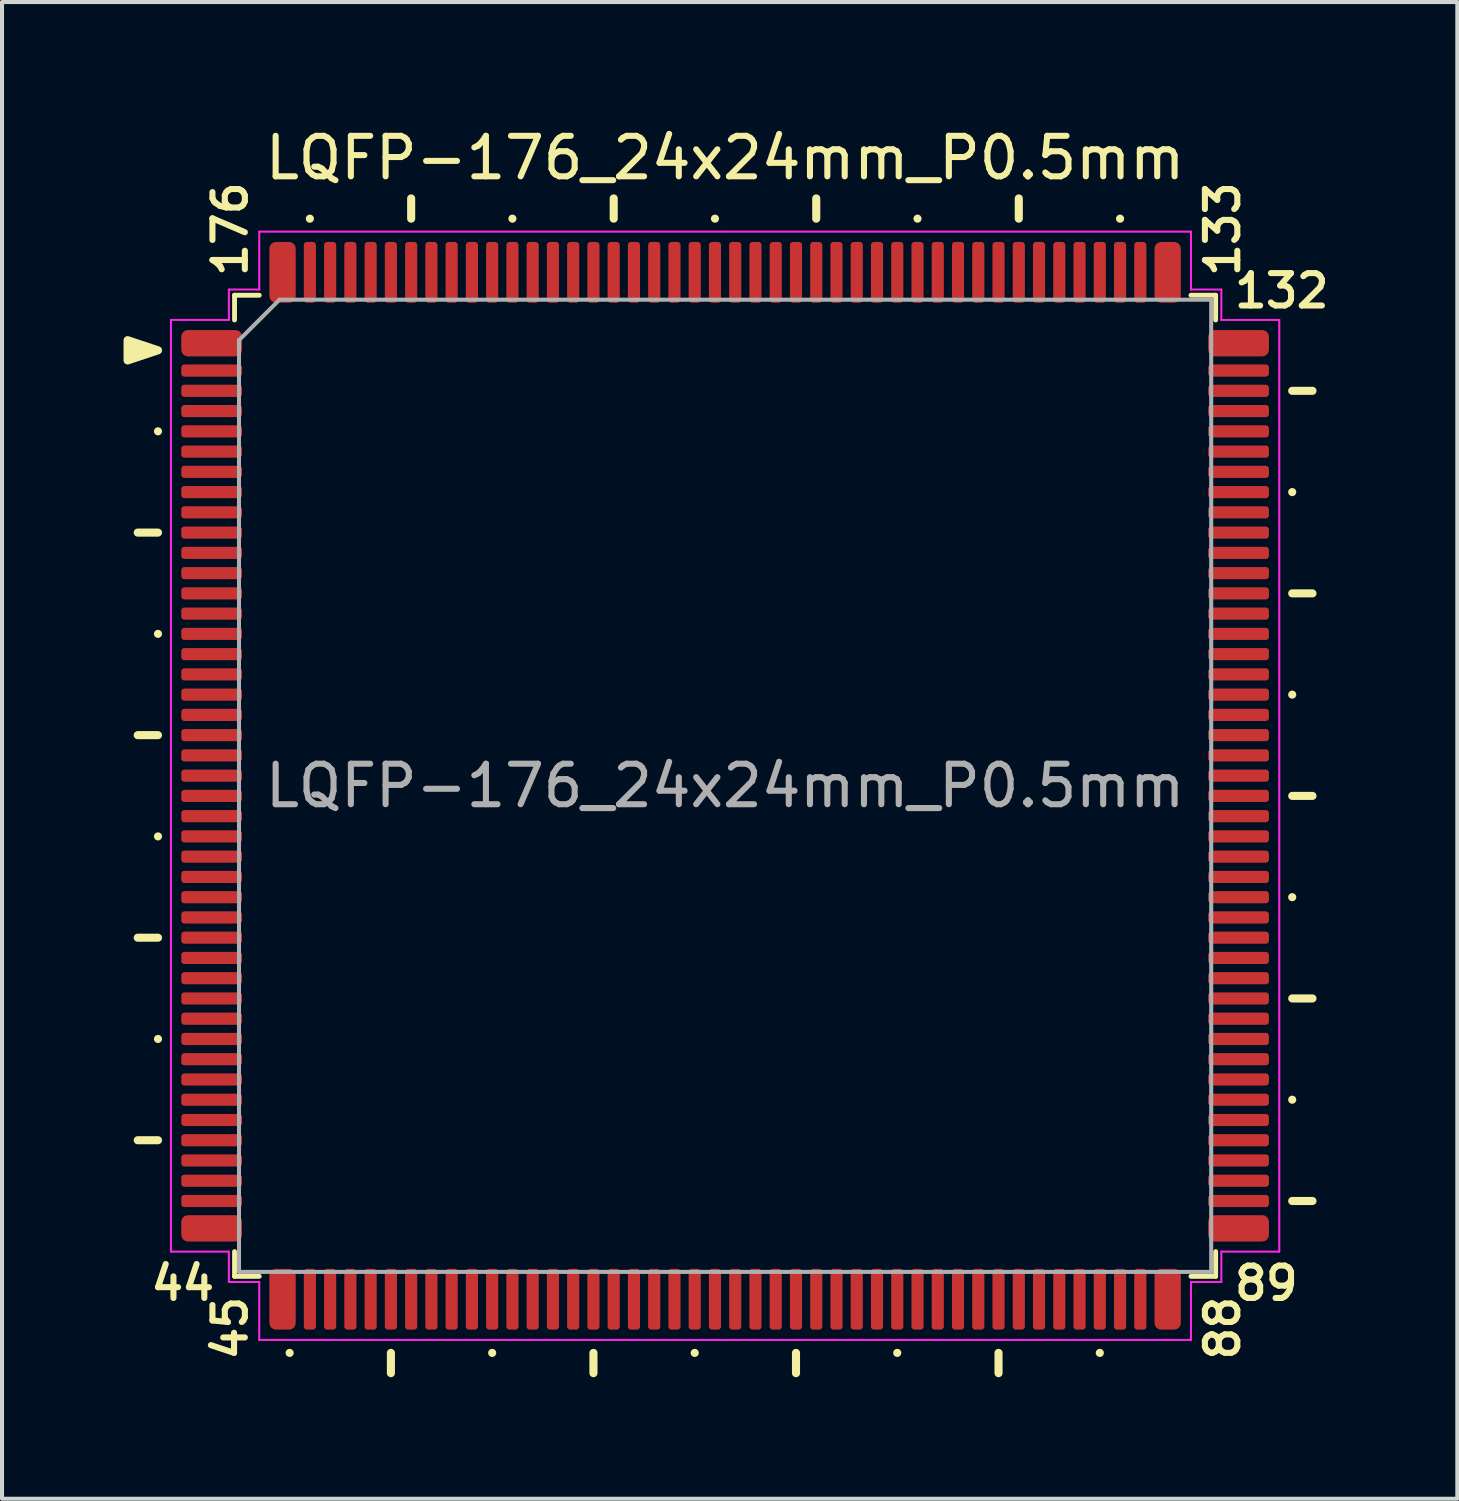
<source format=kicad_pcb>
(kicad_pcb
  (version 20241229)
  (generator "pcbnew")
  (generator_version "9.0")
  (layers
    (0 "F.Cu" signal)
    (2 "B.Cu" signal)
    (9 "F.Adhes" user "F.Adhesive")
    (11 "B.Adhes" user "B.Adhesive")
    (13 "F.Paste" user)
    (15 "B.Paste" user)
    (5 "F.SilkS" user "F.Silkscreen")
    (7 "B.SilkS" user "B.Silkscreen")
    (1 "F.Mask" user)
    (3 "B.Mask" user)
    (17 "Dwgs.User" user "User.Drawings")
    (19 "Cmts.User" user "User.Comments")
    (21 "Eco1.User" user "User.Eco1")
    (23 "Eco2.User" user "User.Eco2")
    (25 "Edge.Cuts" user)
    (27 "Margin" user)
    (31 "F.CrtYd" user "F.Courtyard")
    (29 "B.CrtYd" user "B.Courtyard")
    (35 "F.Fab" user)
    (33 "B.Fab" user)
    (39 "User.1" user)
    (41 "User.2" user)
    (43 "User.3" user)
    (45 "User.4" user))
  (footprint "LQFP-176_24x24mm_P0.5mm"
    (layer "F.Cu")
    (at 14.85 16.348)
    (property "Reference" "LQFP-176_24x24mm_P0.5mm" (at 0 -15.5 0) (layer "F.SilkS") (effects (font (size 1 1) (thickness 0.15))))
    (attr smd)
    (fp_line (start -14 -8.75) (end -14 -8.75) (stroke (width 0.2) (type default)) (layer "F.SilkS"))
    (fp_line (start -14 -6.25) (end -14.5 -6.25) (stroke (width 0.2) (type default)) (layer "F.SilkS"))
    (fp_line (start -14 -3.75) (end -14 -3.75) (stroke (width 0.2) (type default)) (layer "F.SilkS"))
    (fp_line (start -14 -1.25) (end -14.5 -1.25) (stroke (width 0.2) (type default)) (layer "F.SilkS"))
    (fp_line (start -14 1.25) (end -14 1.25) (stroke (width 0.2) (type default)) (layer "F.SilkS"))
    (fp_line (start -14 3.75) (end -14.5 3.75) (stroke (width 0.2) (type default)) (layer "F.SilkS"))
    (fp_line (start -14 6.25) (end -14 6.25) (stroke (width 0.2) (type default)) (layer "F.SilkS"))
    (fp_line (start -14 8.75) (end -14.5 8.75) (stroke (width 0.2) (type default)) (layer "F.SilkS"))
    (fp_line (start -12.11 -12.11) (end -12.11 -11.5) (stroke (width 0.12) (type solid)) (layer "F.SilkS"))
    (fp_line (start -12.11 12.11) (end -12.11 11.5) (stroke (width 0.12) (type solid)) (layer "F.SilkS"))
    (fp_line (start -11.5 -12.11) (end -12.11 -12.11) (stroke (width 0.12) (type solid)) (layer "F.SilkS"))
    (fp_line (start -11.5 12.11) (end -12.11 12.11) (stroke (width 0.12) (type solid)) (layer "F.SilkS"))
    (fp_line (start -10.75 14) (end -10.75 14) (stroke (width 0.2) (type default)) (layer "F.SilkS"))
    (fp_line (start -10.25 -14) (end -10.25 -14) (stroke (width 0.2) (type default)) (layer "F.SilkS"))
    (fp_line (start -8.25 14) (end -8.25 14.5) (stroke (width 0.2) (type default)) (layer "F.SilkS"))
    (fp_line (start -7.75 -14) (end -7.75 -14.5) (stroke (width 0.2) (type default)) (layer "F.SilkS"))
    (fp_line (start -5.75 14) (end -5.75 14) (stroke (width 0.2) (type default)) (layer "F.SilkS"))
    (fp_line (start -5.25 -14) (end -5.25 -14) (stroke (width 0.2) (type default)) (layer "F.SilkS"))
    (fp_line (start -3.25 14) (end -3.25 14.5) (stroke (width 0.2) (type default)) (layer "F.SilkS"))
    (fp_line (start -2.75 -14) (end -2.75 -14.5) (stroke (width 0.2) (type default)) (layer "F.SilkS"))
    (fp_line (start -0.75 14) (end -0.75 14) (stroke (width 0.2) (type default)) (layer "F.SilkS"))
    (fp_line (start -0.25 -14) (end -0.25 -14) (stroke (width 0.2) (type default)) (layer "F.SilkS"))
    (fp_line (start 1.75 14) (end 1.75 14.5) (stroke (width 0.2) (type default)) (layer "F.SilkS"))
    (fp_line (start 2.25 -14) (end 2.25 -14.5) (stroke (width 0.2) (type default)) (layer "F.SilkS"))
    (fp_line (start 4.25 14) (end 4.25 14) (stroke (width 0.2) (type default)) (layer "F.SilkS"))
    (fp_line (start 4.75 -14) (end 4.75 -14) (stroke (width 0.2) (type default)) (layer "F.SilkS"))
    (fp_line (start 6.75 14) (end 6.75 14.5) (stroke (width 0.2) (type default)) (layer "F.SilkS"))
    (fp_line (start 7.25 -14) (end 7.25 -14.5) (stroke (width 0.2) (type default)) (layer "F.SilkS"))
    (fp_line (start 9.25 14) (end 9.25 14) (stroke (width 0.2) (type default)) (layer "F.SilkS"))
    (fp_line (start 9.75 -14) (end 9.75 -14) (stroke (width 0.2) (type default)) (layer "F.SilkS"))
    (fp_line (start 11.5 -12.11) (end 12.11 -12.11) (stroke (width 0.12) (type solid)) (layer "F.SilkS"))
    (fp_line (start 11.5 12.11) (end 12.11 12.11) (stroke (width 0.12) (type solid)) (layer "F.SilkS"))
    (fp_line (start 12.11 -12.11) (end 12.11 -11.5) (stroke (width 0.12) (type solid)) (layer "F.SilkS"))
    (fp_line (start 12.11 12.11) (end 12.11 11.5) (stroke (width 0.12) (type solid)) (layer "F.SilkS"))
    (fp_line (start 14 -9.75) (end 14.5 -9.75) (stroke (width 0.2) (type default)) (layer "F.SilkS"))
    (fp_line (start 14 -7.25) (end 14 -7.25) (stroke (width 0.2) (type default)) (layer "F.SilkS"))
    (fp_line (start 14 -4.75) (end 14.5 -4.75) (stroke (width 0.2) (type default)) (layer "F.SilkS"))
    (fp_line (start 14 -2.25) (end 14 -2.25) (stroke (width 0.2) (type default)) (layer "F.SilkS"))
    (fp_line (start 14 0.25) (end 14.5 0.25) (stroke (width 0.2) (type default)) (layer "F.SilkS"))
    (fp_line (start 14 2.75) (end 14 2.75) (stroke (width 0.2) (type default)) (layer "F.SilkS"))
    (fp_line (start 14 5.25) (end 14.5 5.25) (stroke (width 0.2) (type default)) (layer "F.SilkS"))
    (fp_line (start 14 7.75) (end 14 7.75) (stroke (width 0.2) (type default)) (layer "F.SilkS"))
    (fp_line (start 14 10.25) (end 14.5 10.25) (stroke (width 0.2) (type default)) (layer "F.SilkS"))
    (fp_poly (pts (xy -14 -10.75) (xy -14.75 -11) (xy -14.75 -10.5)) (stroke (width 0.2) (type solid)) (fill yes) (layer "F.SilkS"))
    (fp_line (start -13.68 -11.5) (end -13.68 0) (stroke (width 0.05) (type solid)) (layer "F.CrtYd"))
    (fp_line (start -13.68 11.5) (end -13.68 0) (stroke (width 0.05) (type solid)) (layer "F.CrtYd"))
    (fp_line (start -12.25 -12.25) (end -12.25 -11.5) (stroke (width 0.05) (type solid)) (layer "F.CrtYd"))
    (fp_line (start -12.25 -11.5) (end -13.68 -11.5) (stroke (width 0.05) (type solid)) (layer "F.CrtYd"))
    (fp_line (start -12.25 11.5) (end -13.68 11.5) (stroke (width 0.05) (type solid)) (layer "F.CrtYd"))
    (fp_line (start -12.25 12.25) (end -12.25 11.5) (stroke (width 0.05) (type solid)) (layer "F.CrtYd"))
    (fp_line (start -11.5 -13.68) (end -11.5 -12.25) (stroke (width 0.05) (type solid)) (layer "F.CrtYd"))
    (fp_line (start -11.5 -12.25) (end -12.25 -12.25) (stroke (width 0.05) (type solid)) (layer "F.CrtYd"))
    (fp_line (start -11.5 12.25) (end -12.25 12.25) (stroke (width 0.05) (type solid)) (layer "F.CrtYd"))
    (fp_line (start -11.5 13.68) (end -11.5 12.25) (stroke (width 0.05) (type solid)) (layer "F.CrtYd"))
    (fp_line (start 0 -13.68) (end -11.5 -13.68) (stroke (width 0.05) (type solid)) (layer "F.CrtYd"))
    (fp_line (start 0 -13.68) (end 11.5 -13.68) (stroke (width 0.05) (type solid)) (layer "F.CrtYd"))
    (fp_line (start 0 13.68) (end -11.5 13.68) (stroke (width 0.05) (type solid)) (layer "F.CrtYd"))
    (fp_line (start 0 13.68) (end 11.5 13.68) (stroke (width 0.05) (type solid)) (layer "F.CrtYd"))
    (fp_line (start 11.5 -13.68) (end 11.5 -12.25) (stroke (width 0.05) (type solid)) (layer "F.CrtYd"))
    (fp_line (start 11.5 -12.25) (end 12.25 -12.25) (stroke (width 0.05) (type solid)) (layer "F.CrtYd"))
    (fp_line (start 11.5 12.25) (end 12.25 12.25) (stroke (width 0.05) (type solid)) (layer "F.CrtYd"))
    (fp_line (start 11.5 13.68) (end 11.5 12.25) (stroke (width 0.05) (type solid)) (layer "F.CrtYd"))
    (fp_line (start 12.25 -12.25) (end 12.25 -11.5) (stroke (width 0.05) (type solid)) (layer "F.CrtYd"))
    (fp_line (start 12.25 -11.5) (end 13.68 -11.5) (stroke (width 0.05) (type solid)) (layer "F.CrtYd"))
    (fp_line (start 12.25 11.5) (end 13.68 11.5) (stroke (width 0.05) (type solid)) (layer "F.CrtYd"))
    (fp_line (start 12.25 12.25) (end 12.25 11.5) (stroke (width 0.05) (type solid)) (layer "F.CrtYd"))
    (fp_line (start 13.68 -11.5) (end 13.68 0) (stroke (width 0.05) (type solid)) (layer "F.CrtYd"))
    (fp_line (start 13.68 11.5) (end 13.68 0) (stroke (width 0.05) (type solid)) (layer "F.CrtYd"))
    (fp_line (start -12 -11) (end -11 -12) (stroke (width 0.1) (type solid)) (layer "F.Fab"))
    (fp_line (start -12 12) (end -12 -11) (stroke (width 0.1) (type solid)) (layer "F.Fab"))
    (fp_line (start -11 -12) (end 12 -12) (stroke (width 0.1) (type solid)) (layer "F.Fab"))
    (fp_line (start 12 -12) (end 12 12) (stroke (width 0.1) (type solid)) (layer "F.Fab"))
    (fp_line (start 12 12) (end -12 12) (stroke (width 0.1) (type solid)) (layer "F.Fab"))
    (fp_text user "132" (at 12.5 -11.75 0) (unlocked yes) (layer "F.SilkS") (effects (font (size 0.8 0.8) (thickness 0.15) (bold yes)) (justify left bottom)))
    (fp_text user "176" (at -11.75 -12.5 90) (unlocked yes) (layer "F.SilkS") (effects (font (size 0.8 0.8) (thickness 0.15) (bold yes)) (justify left bottom)))
    (fp_text user "88" (at 12.75 14.25 90) (unlocked yes) (layer "F.SilkS") (effects (font (size 0.8 0.8) (thickness 0.15) (bold yes)) (justify left bottom)))
    (fp_text user "44" (at -14.25 12.75 0) (unlocked yes) (layer "F.SilkS") (effects (font (size 0.8 0.8) (thickness 0.15) (bold yes)) (justify left bottom)))
    (fp_text user "45" (at -11.75 14.25 90) (unlocked yes) (layer "F.SilkS") (effects (font (size 0.8 0.8) (thickness 0.15) (bold yes)) (justify left bottom)))
    (fp_text user "133" (at 12.75 -12.5 90) (unlocked yes) (layer "F.SilkS") (effects (font (size 0.8 0.8) (thickness 0.15) (bold yes)) (justify left bottom)))
    (fp_text user "89" (at 12.5 12.75 0) (unlocked yes) (layer "F.SilkS") (effects (font (size 0.8 0.8) (thickness 0.15) (bold yes)) (justify left bottom)))
    (fp_text user "${REFERENCE}" (at 0 0 0) (layer "F.Fab") (effects (font (size 1 1) (thickness 0.15))))
    (pad "1" smd roundrect (at -12.675 -10.925) (size 1.5 0.65) (layers "F.Cu" "F.Mask" "F.Paste") (roundrect_rratio 0.25))
    (pad "2" smd roundrect (at -12.675 -10.25) (size 1.5 0.3) (layers "F.Cu" "F.Mask" "F.Paste") (roundrect_rratio 0.25))
    (pad "3" smd roundrect (at -12.675 -9.75) (size 1.5 0.3) (layers "F.Cu" "F.Mask" "F.Paste") (roundrect_rratio 0.25))
    (pad "4" smd roundrect (at -12.675 -9.25) (size 1.5 0.3) (layers "F.Cu" "F.Mask" "F.Paste") (roundrect_rratio 0.25))
    (pad "5" smd roundrect (at -12.675 -8.75) (size 1.5 0.3) (layers "F.Cu" "F.Mask" "F.Paste") (roundrect_rratio 0.25))
    (pad "6" smd roundrect (at -12.675 -8.25) (size 1.5 0.3) (layers "F.Cu" "F.Mask" "F.Paste") (roundrect_rratio 0.25))
    (pad "7" smd roundrect (at -12.675 -7.75) (size 1.5 0.3) (layers "F.Cu" "F.Mask" "F.Paste") (roundrect_rratio 0.25))
    (pad "8" smd roundrect (at -12.675 -7.25) (size 1.5 0.3) (layers "F.Cu" "F.Mask" "F.Paste") (roundrect_rratio 0.25))
    (pad "9" smd roundrect (at -12.675 -6.75) (size 1.5 0.3) (layers "F.Cu" "F.Mask" "F.Paste") (roundrect_rratio 0.25))
    (pad "10" smd roundrect (at -12.675 -6.25) (size 1.5 0.3) (layers "F.Cu" "F.Mask" "F.Paste") (roundrect_rratio 0.25))
    (pad "11" smd roundrect (at -12.675 -5.75) (size 1.5 0.3) (layers "F.Cu" "F.Mask" "F.Paste") (roundrect_rratio 0.25))
    (pad "12" smd roundrect (at -12.675 -5.25) (size 1.5 0.3) (layers "F.Cu" "F.Mask" "F.Paste") (roundrect_rratio 0.25))
    (pad "13" smd roundrect (at -12.675 -4.75) (size 1.5 0.3) (layers "F.Cu" "F.Mask" "F.Paste") (roundrect_rratio 0.25))
    (pad "14" smd roundrect (at -12.675 -4.25) (size 1.5 0.3) (layers "F.Cu" "F.Mask" "F.Paste") (roundrect_rratio 0.25))
    (pad "15" smd roundrect (at -12.675 -3.75) (size 1.5 0.3) (layers "F.Cu" "F.Mask" "F.Paste") (roundrect_rratio 0.25))
    (pad "16" smd roundrect (at -12.675 -3.25) (size 1.5 0.3) (layers "F.Cu" "F.Mask" "F.Paste") (roundrect_rratio 0.25))
    (pad "17" smd roundrect (at -12.675 -2.75) (size 1.5 0.3) (layers "F.Cu" "F.Mask" "F.Paste") (roundrect_rratio 0.25))
    (pad "18" smd roundrect (at -12.675 -2.25) (size 1.5 0.3) (layers "F.Cu" "F.Mask" "F.Paste") (roundrect_rratio 0.25))
    (pad "19" smd roundrect (at -12.675 -1.75) (size 1.5 0.3) (layers "F.Cu" "F.Mask" "F.Paste") (roundrect_rratio 0.25))
    (pad "20" smd roundrect (at -12.675 -1.25) (size 1.5 0.3) (layers "F.Cu" "F.Mask" "F.Paste") (roundrect_rratio 0.25))
    (pad "21" smd roundrect (at -12.675 -0.75) (size 1.5 0.3) (layers "F.Cu" "F.Mask" "F.Paste") (roundrect_rratio 0.25))
    (pad "22" smd roundrect (at -12.675 -0.25) (size 1.5 0.3) (layers "F.Cu" "F.Mask" "F.Paste") (roundrect_rratio 0.25))
    (pad "23" smd roundrect (at -12.675 0.25) (size 1.5 0.3) (layers "F.Cu" "F.Mask" "F.Paste") (roundrect_rratio 0.25))
    (pad "24" smd roundrect (at -12.675 0.75) (size 1.5 0.3) (layers "F.Cu" "F.Mask" "F.Paste") (roundrect_rratio 0.25))
    (pad "25" smd roundrect (at -12.675 1.25) (size 1.5 0.3) (layers "F.Cu" "F.Mask" "F.Paste") (roundrect_rratio 0.25))
    (pad "26" smd roundrect (at -12.675 1.75) (size 1.5 0.3) (layers "F.Cu" "F.Mask" "F.Paste") (roundrect_rratio 0.25))
    (pad "27" smd roundrect (at -12.675 2.25) (size 1.5 0.3) (layers "F.Cu" "F.Mask" "F.Paste") (roundrect_rratio 0.25))
    (pad "28" smd roundrect (at -12.675 2.75) (size 1.5 0.3) (layers "F.Cu" "F.Mask" "F.Paste") (roundrect_rratio 0.25))
    (pad "29" smd roundrect (at -12.675 3.25) (size 1.5 0.3) (layers "F.Cu" "F.Mask" "F.Paste") (roundrect_rratio 0.25))
    (pad "30" smd roundrect (at -12.675 3.75) (size 1.5 0.3) (layers "F.Cu" "F.Mask" "F.Paste") (roundrect_rratio 0.25))
    (pad "31" smd roundrect (at -12.675 4.25) (size 1.5 0.3) (layers "F.Cu" "F.Mask" "F.Paste") (roundrect_rratio 0.25))
    (pad "32" smd roundrect (at -12.675 4.75) (size 1.5 0.3) (layers "F.Cu" "F.Mask" "F.Paste") (roundrect_rratio 0.25))
    (pad "33" smd roundrect (at -12.675 5.25) (size 1.5 0.3) (layers "F.Cu" "F.Mask" "F.Paste") (roundrect_rratio 0.25))
    (pad "34" smd roundrect (at -12.675 5.75) (size 1.5 0.3) (layers "F.Cu" "F.Mask" "F.Paste") (roundrect_rratio 0.25))
    (pad "35" smd roundrect (at -12.675 6.25) (size 1.5 0.3) (layers "F.Cu" "F.Mask" "F.Paste") (roundrect_rratio 0.25))
    (pad "36" smd roundrect (at -12.675 6.75) (size 1.5 0.3) (layers "F.Cu" "F.Mask" "F.Paste") (roundrect_rratio 0.25))
    (pad "37" smd roundrect (at -12.675 7.25) (size 1.5 0.3) (layers "F.Cu" "F.Mask" "F.Paste") (roundrect_rratio 0.25))
    (pad "38" smd roundrect (at -12.675 7.75) (size 1.5 0.3) (layers "F.Cu" "F.Mask" "F.Paste") (roundrect_rratio 0.25))
    (pad "39" smd roundrect (at -12.675 8.25) (size 1.5 0.3) (layers "F.Cu" "F.Mask" "F.Paste") (roundrect_rratio 0.25))
    (pad "40" smd roundrect (at -12.675 8.75) (size 1.5 0.3) (layers "F.Cu" "F.Mask" "F.Paste") (roundrect_rratio 0.25))
    (pad "41" smd roundrect (at -12.675 9.25) (size 1.5 0.3) (layers "F.Cu" "F.Mask" "F.Paste") (roundrect_rratio 0.25))
    (pad "42" smd roundrect (at -12.675 9.75) (size 1.5 0.3) (layers "F.Cu" "F.Mask" "F.Paste") (roundrect_rratio 0.25))
    (pad "43" smd roundrect (at -12.675 10.25) (size 1.5 0.3) (layers "F.Cu" "F.Mask" "F.Paste") (roundrect_rratio 0.25))
    (pad "44" smd roundrect (at -12.675 10.925) (size 1.5 0.65) (layers "F.Cu" "F.Mask" "F.Paste") (roundrect_rratio 0.25))
    (pad "45" smd roundrect (at -10.925 12.675) (size 0.65 1.5) (layers "F.Cu" "F.Mask" "F.Paste") (roundrect_rratio 0.25))
    (pad "46" smd roundrect (at -10.25 12.675) (size 0.3 1.5) (layers "F.Cu" "F.Mask" "F.Paste") (roundrect_rratio 0.25))
    (pad "47" smd roundrect (at -9.75 12.675) (size 0.3 1.5) (layers "F.Cu" "F.Mask" "F.Paste") (roundrect_rratio 0.25))
    (pad "48" smd roundrect (at -9.25 12.675) (size 0.3 1.5) (layers "F.Cu" "F.Mask" "F.Paste") (roundrect_rratio 0.25))
    (pad "49" smd roundrect (at -8.75 12.675) (size 0.3 1.5) (layers "F.Cu" "F.Mask" "F.Paste") (roundrect_rratio 0.25))
    (pad "50" smd roundrect (at -8.25 12.675) (size 0.3 1.5) (layers "F.Cu" "F.Mask" "F.Paste") (roundrect_rratio 0.25))
    (pad "51" smd roundrect (at -7.75 12.675) (size 0.3 1.5) (layers "F.Cu" "F.Mask" "F.Paste") (roundrect_rratio 0.25))
    (pad "52" smd roundrect (at -7.25 12.675) (size 0.3 1.5) (layers "F.Cu" "F.Mask" "F.Paste") (roundrect_rratio 0.25))
    (pad "53" smd roundrect (at -6.75 12.675) (size 0.3 1.5) (layers "F.Cu" "F.Mask" "F.Paste") (roundrect_rratio 0.25))
    (pad "54" smd roundrect (at -6.25 12.675) (size 0.3 1.5) (layers "F.Cu" "F.Mask" "F.Paste") (roundrect_rratio 0.25))
    (pad "55" smd roundrect (at -5.75 12.675) (size 0.3 1.5) (layers "F.Cu" "F.Mask" "F.Paste") (roundrect_rratio 0.25))
    (pad "56" smd roundrect (at -5.25 12.675) (size 0.3 1.5) (layers "F.Cu" "F.Mask" "F.Paste") (roundrect_rratio 0.25))
    (pad "57" smd roundrect (at -4.75 12.675) (size 0.3 1.5) (layers "F.Cu" "F.Mask" "F.Paste") (roundrect_rratio 0.25))
    (pad "58" smd roundrect (at -4.25 12.675) (size 0.3 1.5) (layers "F.Cu" "F.Mask" "F.Paste") (roundrect_rratio 0.25))
    (pad "59" smd roundrect (at -3.75 12.675) (size 0.3 1.5) (layers "F.Cu" "F.Mask" "F.Paste") (roundrect_rratio 0.25))
    (pad "60" smd roundrect (at -3.25 12.675) (size 0.3 1.5) (layers "F.Cu" "F.Mask" "F.Paste") (roundrect_rratio 0.25))
    (pad "61" smd roundrect (at -2.75 12.675) (size 0.3 1.5) (layers "F.Cu" "F.Mask" "F.Paste") (roundrect_rratio 0.25))
    (pad "62" smd roundrect (at -2.25 12.675) (size 0.3 1.5) (layers "F.Cu" "F.Mask" "F.Paste") (roundrect_rratio 0.25))
    (pad "63" smd roundrect (at -1.75 12.675) (size 0.3 1.5) (layers "F.Cu" "F.Mask" "F.Paste") (roundrect_rratio 0.25))
    (pad "64" smd roundrect (at -1.25 12.675) (size 0.3 1.5) (layers "F.Cu" "F.Mask" "F.Paste") (roundrect_rratio 0.25))
    (pad "65" smd roundrect (at -0.75 12.675) (size 0.3 1.5) (layers "F.Cu" "F.Mask" "F.Paste") (roundrect_rratio 0.25))
    (pad "66" smd roundrect (at -0.25 12.675) (size 0.3 1.5) (layers "F.Cu" "F.Mask" "F.Paste") (roundrect_rratio 0.25))
    (pad "67" smd roundrect (at 0.25 12.675) (size 0.3 1.5) (layers "F.Cu" "F.Mask" "F.Paste") (roundrect_rratio 0.25))
    (pad "68" smd roundrect (at 0.75 12.675) (size 0.3 1.5) (layers "F.Cu" "F.Mask" "F.Paste") (roundrect_rratio 0.25))
    (pad "69" smd roundrect (at 1.25 12.675) (size 0.3 1.5) (layers "F.Cu" "F.Mask" "F.Paste") (roundrect_rratio 0.25))
    (pad "70" smd roundrect (at 1.75 12.675) (size 0.3 1.5) (layers "F.Cu" "F.Mask" "F.Paste") (roundrect_rratio 0.25))
    (pad "71" smd roundrect (at 2.25 12.675) (size 0.3 1.5) (layers "F.Cu" "F.Mask" "F.Paste") (roundrect_rratio 0.25))
    (pad "72" smd roundrect (at 2.75 12.675) (size 0.3 1.5) (layers "F.Cu" "F.Mask" "F.Paste") (roundrect_rratio 0.25))
    (pad "73" smd roundrect (at 3.25 12.675) (size 0.3 1.5) (layers "F.Cu" "F.Mask" "F.Paste") (roundrect_rratio 0.25))
    (pad "74" smd roundrect (at 3.75 12.675) (size 0.3 1.5) (layers "F.Cu" "F.Mask" "F.Paste") (roundrect_rratio 0.25))
    (pad "75" smd roundrect (at 4.25 12.675) (size 0.3 1.5) (layers "F.Cu" "F.Mask" "F.Paste") (roundrect_rratio 0.25))
    (pad "76" smd roundrect (at 4.75 12.675) (size 0.3 1.5) (layers "F.Cu" "F.Mask" "F.Paste") (roundrect_rratio 0.25))
    (pad "77" smd roundrect (at 5.25 12.675) (size 0.3 1.5) (layers "F.Cu" "F.Mask" "F.Paste") (roundrect_rratio 0.25))
    (pad "78" smd roundrect (at 5.75 12.675) (size 0.3 1.5) (layers "F.Cu" "F.Mask" "F.Paste") (roundrect_rratio 0.25))
    (pad "79" smd roundrect (at 6.25 12.675) (size 0.3 1.5) (layers "F.Cu" "F.Mask" "F.Paste") (roundrect_rratio 0.25))
    (pad "80" smd roundrect (at 6.75 12.675) (size 0.3 1.5) (layers "F.Cu" "F.Mask" "F.Paste") (roundrect_rratio 0.25))
    (pad "81" smd roundrect (at 7.25 12.675) (size 0.3 1.5) (layers "F.Cu" "F.Mask" "F.Paste") (roundrect_rratio 0.25))
    (pad "82" smd roundrect (at 7.75 12.675) (size 0.3 1.5) (layers "F.Cu" "F.Mask" "F.Paste") (roundrect_rratio 0.25))
    (pad "83" smd roundrect (at 8.25 12.675) (size 0.3 1.5) (layers "F.Cu" "F.Mask" "F.Paste") (roundrect_rratio 0.25))
    (pad "84" smd roundrect (at 8.75 12.675) (size 0.3 1.5) (layers "F.Cu" "F.Mask" "F.Paste") (roundrect_rratio 0.25))
    (pad "85" smd roundrect (at 9.25 12.675) (size 0.3 1.5) (layers "F.Cu" "F.Mask" "F.Paste") (roundrect_rratio 0.25))
    (pad "86" smd roundrect (at 9.75 12.675) (size 0.3 1.5) (layers "F.Cu" "F.Mask" "F.Paste") (roundrect_rratio 0.25))
    (pad "87" smd roundrect (at 10.25 12.675) (size 0.3 1.5) (layers "F.Cu" "F.Mask" "F.Paste") (roundrect_rratio 0.25))
    (pad "88" smd roundrect (at 10.925 12.675) (size 0.65 1.5) (layers "F.Cu" "F.Mask" "F.Paste") (roundrect_rratio 0.25))
    (pad "89" smd roundrect (at 12.675 10.925) (size 1.5 0.65) (layers "F.Cu" "F.Mask" "F.Paste") (roundrect_rratio 0.25))
    (pad "90" smd roundrect (at 12.675 10.25) (size 1.5 0.3) (layers "F.Cu" "F.Mask" "F.Paste") (roundrect_rratio 0.25))
    (pad "91" smd roundrect (at 12.675 9.75) (size 1.5 0.3) (layers "F.Cu" "F.Mask" "F.Paste") (roundrect_rratio 0.25))
    (pad "92" smd roundrect (at 12.675 9.25) (size 1.5 0.3) (layers "F.Cu" "F.Mask" "F.Paste") (roundrect_rratio 0.25))
    (pad "93" smd roundrect (at 12.675 8.75) (size 1.5 0.3) (layers "F.Cu" "F.Mask" "F.Paste") (roundrect_rratio 0.25))
    (pad "94" smd roundrect (at 12.675 8.25) (size 1.5 0.3) (layers "F.Cu" "F.Mask" "F.Paste") (roundrect_rratio 0.25))
    (pad "95" smd roundrect (at 12.675 7.75) (size 1.5 0.3) (layers "F.Cu" "F.Mask" "F.Paste") (roundrect_rratio 0.25))
    (pad "96" smd roundrect (at 12.675 7.25) (size 1.5 0.3) (layers "F.Cu" "F.Mask" "F.Paste") (roundrect_rratio 0.25))
    (pad "97" smd roundrect (at 12.675 6.75) (size 1.5 0.3) (layers "F.Cu" "F.Mask" "F.Paste") (roundrect_rratio 0.25))
    (pad "98" smd roundrect (at 12.675 6.25) (size 1.5 0.3) (layers "F.Cu" "F.Mask" "F.Paste") (roundrect_rratio 0.25))
    (pad "99" smd roundrect (at 12.675 5.75) (size 1.5 0.3) (layers "F.Cu" "F.Mask" "F.Paste") (roundrect_rratio 0.25))
    (pad "100" smd roundrect (at 12.675 5.25) (size 1.5 0.3) (layers "F.Cu" "F.Mask" "F.Paste") (roundrect_rratio 0.25))
    (pad "101" smd roundrect (at 12.675 4.75) (size 1.5 0.3) (layers "F.Cu" "F.Mask" "F.Paste") (roundrect_rratio 0.25))
    (pad "102" smd roundrect (at 12.675 4.25) (size 1.5 0.3) (layers "F.Cu" "F.Mask" "F.Paste") (roundrect_rratio 0.25))
    (pad "103" smd roundrect (at 12.675 3.75) (size 1.5 0.3) (layers "F.Cu" "F.Mask" "F.Paste") (roundrect_rratio 0.25))
    (pad "104" smd roundrect (at 12.675 3.25) (size 1.5 0.3) (layers "F.Cu" "F.Mask" "F.Paste") (roundrect_rratio 0.25))
    (pad "105" smd roundrect (at 12.675 2.75) (size 1.5 0.3) (layers "F.Cu" "F.Mask" "F.Paste") (roundrect_rratio 0.25))
    (pad "106" smd roundrect (at 12.675 2.25) (size 1.5 0.3) (layers "F.Cu" "F.Mask" "F.Paste") (roundrect_rratio 0.25))
    (pad "107" smd roundrect (at 12.675 1.75) (size 1.5 0.3) (layers "F.Cu" "F.Mask" "F.Paste") (roundrect_rratio 0.25))
    (pad "108" smd roundrect (at 12.675 1.25) (size 1.5 0.3) (layers "F.Cu" "F.Mask" "F.Paste") (roundrect_rratio 0.25))
    (pad "109" smd roundrect (at 12.675 0.75) (size 1.5 0.3) (layers "F.Cu" "F.Mask" "F.Paste") (roundrect_rratio 0.25))
    (pad "110" smd roundrect (at 12.675 0.25) (size 1.5 0.3) (layers "F.Cu" "F.Mask" "F.Paste") (roundrect_rratio 0.25))
    (pad "111" smd roundrect (at 12.675 -0.25) (size 1.5 0.3) (layers "F.Cu" "F.Mask" "F.Paste") (roundrect_rratio 0.25))
    (pad "112" smd roundrect (at 12.675 -0.75) (size 1.5 0.3) (layers "F.Cu" "F.Mask" "F.Paste") (roundrect_rratio 0.25))
    (pad "113" smd roundrect (at 12.675 -1.25) (size 1.5 0.3) (layers "F.Cu" "F.Mask" "F.Paste") (roundrect_rratio 0.25))
    (pad "114" smd roundrect (at 12.675 -1.75) (size 1.5 0.3) (layers "F.Cu" "F.Mask" "F.Paste") (roundrect_rratio 0.25))
    (pad "115" smd roundrect (at 12.675 -2.25) (size 1.5 0.3) (layers "F.Cu" "F.Mask" "F.Paste") (roundrect_rratio 0.25))
    (pad "116" smd roundrect (at 12.675 -2.75) (size 1.5 0.3) (layers "F.Cu" "F.Mask" "F.Paste") (roundrect_rratio 0.25))
    (pad "117" smd roundrect (at 12.675 -3.25) (size 1.5 0.3) (layers "F.Cu" "F.Mask" "F.Paste") (roundrect_rratio 0.25))
    (pad "118" smd roundrect (at 12.675 -3.75) (size 1.5 0.3) (layers "F.Cu" "F.Mask" "F.Paste") (roundrect_rratio 0.25))
    (pad "119" smd roundrect (at 12.675 -4.25) (size 1.5 0.3) (layers "F.Cu" "F.Mask" "F.Paste") (roundrect_rratio 0.25))
    (pad "120" smd roundrect (at 12.675 -4.75) (size 1.5 0.3) (layers "F.Cu" "F.Mask" "F.Paste") (roundrect_rratio 0.25))
    (pad "121" smd roundrect (at 12.675 -5.25) (size 1.5 0.3) (layers "F.Cu" "F.Mask" "F.Paste") (roundrect_rratio 0.25))
    (pad "122" smd roundrect (at 12.675 -5.75) (size 1.5 0.3) (layers "F.Cu" "F.Mask" "F.Paste") (roundrect_rratio 0.25))
    (pad "123" smd roundrect (at 12.675 -6.25) (size 1.5 0.3) (layers "F.Cu" "F.Mask" "F.Paste") (roundrect_rratio 0.25))
    (pad "124" smd roundrect (at 12.675 -6.75) (size 1.5 0.3) (layers "F.Cu" "F.Mask" "F.Paste") (roundrect_rratio 0.25))
    (pad "125" smd roundrect (at 12.675 -7.25) (size 1.5 0.3) (layers "F.Cu" "F.Mask" "F.Paste") (roundrect_rratio 0.25))
    (pad "126" smd roundrect (at 12.675 -7.75) (size 1.5 0.3) (layers "F.Cu" "F.Mask" "F.Paste") (roundrect_rratio 0.25))
    (pad "127" smd roundrect (at 12.675 -8.25) (size 1.5 0.3) (layers "F.Cu" "F.Mask" "F.Paste") (roundrect_rratio 0.25))
    (pad "128" smd roundrect (at 12.675 -8.75) (size 1.5 0.3) (layers "F.Cu" "F.Mask" "F.Paste") (roundrect_rratio 0.25))
    (pad "129" smd roundrect (at 12.675 -9.25) (size 1.5 0.3) (layers "F.Cu" "F.Mask" "F.Paste") (roundrect_rratio 0.25))
    (pad "130" smd roundrect (at 12.675 -9.75) (size 1.5 0.3) (layers "F.Cu" "F.Mask" "F.Paste") (roundrect_rratio 0.25))
    (pad "131" smd roundrect (at 12.675 -10.25) (size 1.5 0.3) (layers "F.Cu" "F.Mask" "F.Paste") (roundrect_rratio 0.25))
    (pad "132" smd roundrect (at 12.675 -10.925) (size 1.5 0.65) (layers "F.Cu" "F.Mask" "F.Paste") (roundrect_rratio 0.25))
    (pad "133" smd roundrect (at 10.925 -12.675) (size 0.65 1.5) (layers "F.Cu" "F.Mask" "F.Paste") (roundrect_rratio 0.25))
    (pad "134" smd roundrect (at 10.25 -12.675) (size 0.3 1.5) (layers "F.Cu" "F.Mask" "F.Paste") (roundrect_rratio 0.25))
    (pad "135" smd roundrect (at 9.75 -12.675) (size 0.3 1.5) (layers "F.Cu" "F.Mask" "F.Paste") (roundrect_rratio 0.25))
    (pad "136" smd roundrect (at 9.25 -12.675) (size 0.3 1.5) (layers "F.Cu" "F.Mask" "F.Paste") (roundrect_rratio 0.25))
    (pad "137" smd roundrect (at 8.75 -12.675) (size 0.3 1.5) (layers "F.Cu" "F.Mask" "F.Paste") (roundrect_rratio 0.25))
    (pad "138" smd roundrect (at 8.25 -12.675) (size 0.3 1.5) (layers "F.Cu" "F.Mask" "F.Paste") (roundrect_rratio 0.25))
    (pad "139" smd roundrect (at 7.75 -12.675) (size 0.3 1.5) (layers "F.Cu" "F.Mask" "F.Paste") (roundrect_rratio 0.25))
    (pad "140" smd roundrect (at 7.25 -12.675) (size 0.3 1.5) (layers "F.Cu" "F.Mask" "F.Paste") (roundrect_rratio 0.25))
    (pad "141" smd roundrect (at 6.75 -12.675) (size 0.3 1.5) (layers "F.Cu" "F.Mask" "F.Paste") (roundrect_rratio 0.25))
    (pad "142" smd roundrect (at 6.25 -12.675) (size 0.3 1.5) (layers "F.Cu" "F.Mask" "F.Paste") (roundrect_rratio 0.25))
    (pad "143" smd roundrect (at 5.75 -12.675) (size 0.3 1.5) (layers "F.Cu" "F.Mask" "F.Paste") (roundrect_rratio 0.25))
    (pad "144" smd roundrect (at 5.25 -12.675) (size 0.3 1.5) (layers "F.Cu" "F.Mask" "F.Paste") (roundrect_rratio 0.25))
    (pad "145" smd roundrect (at 4.75 -12.675) (size 0.3 1.5) (layers "F.Cu" "F.Mask" "F.Paste") (roundrect_rratio 0.25))
    (pad "146" smd roundrect (at 4.25 -12.675) (size 0.3 1.5) (layers "F.Cu" "F.Mask" "F.Paste") (roundrect_rratio 0.25))
    (pad "147" smd roundrect (at 3.75 -12.675) (size 0.3 1.5) (layers "F.Cu" "F.Mask" "F.Paste") (roundrect_rratio 0.25))
    (pad "148" smd roundrect (at 3.25 -12.675) (size 0.3 1.5) (layers "F.Cu" "F.Mask" "F.Paste") (roundrect_rratio 0.25))
    (pad "149" smd roundrect (at 2.75 -12.675) (size 0.3 1.5) (layers "F.Cu" "F.Mask" "F.Paste") (roundrect_rratio 0.25))
    (pad "150" smd roundrect (at 2.25 -12.675) (size 0.3 1.5) (layers "F.Cu" "F.Mask" "F.Paste") (roundrect_rratio 0.25))
    (pad "151" smd roundrect (at 1.75 -12.675) (size 0.3 1.5) (layers "F.Cu" "F.Mask" "F.Paste") (roundrect_rratio 0.25))
    (pad "152" smd roundrect (at 1.25 -12.675) (size 0.3 1.5) (layers "F.Cu" "F.Mask" "F.Paste") (roundrect_rratio 0.25))
    (pad "153" smd roundrect (at 0.75 -12.675) (size 0.3 1.5) (layers "F.Cu" "F.Mask" "F.Paste") (roundrect_rratio 0.25))
    (pad "154" smd roundrect (at 0.25 -12.675) (size 0.3 1.5) (layers "F.Cu" "F.Mask" "F.Paste") (roundrect_rratio 0.25))
    (pad "155" smd roundrect (at -0.25 -12.675) (size 0.3 1.5) (layers "F.Cu" "F.Mask" "F.Paste") (roundrect_rratio 0.25))
    (pad "156" smd roundrect (at -0.75 -12.675) (size 0.3 1.5) (layers "F.Cu" "F.Mask" "F.Paste") (roundrect_rratio 0.25))
    (pad "157" smd roundrect (at -1.25 -12.675) (size 0.3 1.5) (layers "F.Cu" "F.Mask" "F.Paste") (roundrect_rratio 0.25))
    (pad "158" smd roundrect (at -1.75 -12.675) (size 0.3 1.5) (layers "F.Cu" "F.Mask" "F.Paste") (roundrect_rratio 0.25))
    (pad "159" smd roundrect (at -2.25 -12.675) (size 0.3 1.5) (layers "F.Cu" "F.Mask" "F.Paste") (roundrect_rratio 0.25))
    (pad "160" smd roundrect (at -2.75 -12.675) (size 0.3 1.5) (layers "F.Cu" "F.Mask" "F.Paste") (roundrect_rratio 0.25))
    (pad "161" smd roundrect (at -3.25 -12.675) (size 0.3 1.5) (layers "F.Cu" "F.Mask" "F.Paste") (roundrect_rratio 0.25))
    (pad "162" smd roundrect (at -3.75 -12.675) (size 0.3 1.5) (layers "F.Cu" "F.Mask" "F.Paste") (roundrect_rratio 0.25))
    (pad "163" smd roundrect (at -4.25 -12.675) (size 0.3 1.5) (layers "F.Cu" "F.Mask" "F.Paste") (roundrect_rratio 0.25))
    (pad "164" smd roundrect (at -4.75 -12.675) (size 0.3 1.5) (layers "F.Cu" "F.Mask" "F.Paste") (roundrect_rratio 0.25))
    (pad "165" smd roundrect (at -5.25 -12.675) (size 0.3 1.5) (layers "F.Cu" "F.Mask" "F.Paste") (roundrect_rratio 0.25))
    (pad "166" smd roundrect (at -5.75 -12.675) (size 0.3 1.5) (layers "F.Cu" "F.Mask" "F.Paste") (roundrect_rratio 0.25))
    (pad "167" smd roundrect (at -6.25 -12.675) (size 0.3 1.5) (layers "F.Cu" "F.Mask" "F.Paste") (roundrect_rratio 0.25))
    (pad "168" smd roundrect (at -6.75 -12.675) (size 0.3 1.5) (layers "F.Cu" "F.Mask" "F.Paste") (roundrect_rratio 0.25))
    (pad "169" smd roundrect (at -7.25 -12.675) (size 0.3 1.5) (layers "F.Cu" "F.Mask" "F.Paste") (roundrect_rratio 0.25))
    (pad "170" smd roundrect (at -7.75 -12.675) (size 0.3 1.5) (layers "F.Cu" "F.Mask" "F.Paste") (roundrect_rratio 0.25))
    (pad "171" smd roundrect (at -8.25 -12.675) (size 0.3 1.5) (layers "F.Cu" "F.Mask" "F.Paste") (roundrect_rratio 0.25))
    (pad "172" smd roundrect (at -8.75 -12.675) (size 0.3 1.5) (layers "F.Cu" "F.Mask" "F.Paste") (roundrect_rratio 0.25))
    (pad "173" smd roundrect (at -9.25 -12.675) (size 0.3 1.5) (layers "F.Cu" "F.Mask" "F.Paste") (roundrect_rratio 0.25))
    (pad "174" smd roundrect (at -9.75 -12.675) (size 0.3 1.5) (layers "F.Cu" "F.Mask" "F.Paste") (roundrect_rratio 0.25))
    (pad "175" smd roundrect (at -10.25 -12.675) (size 0.3 1.5) (layers "F.Cu" "F.Mask" "F.Paste") (roundrect_rratio 0.25))
    (pad "176" smd roundrect (at -10.925 -12.675) (size 0.65 1.5) (layers "F.Cu" "F.Mask" "F.Paste") (roundrect_rratio 0.25)))
  (gr_rect
    (start -3 -3)
    (end 32.926 33.948)
    (stroke (width 0.1) (type default))
    (fill no)
    (layer "Edge.Cuts")))
</source>
